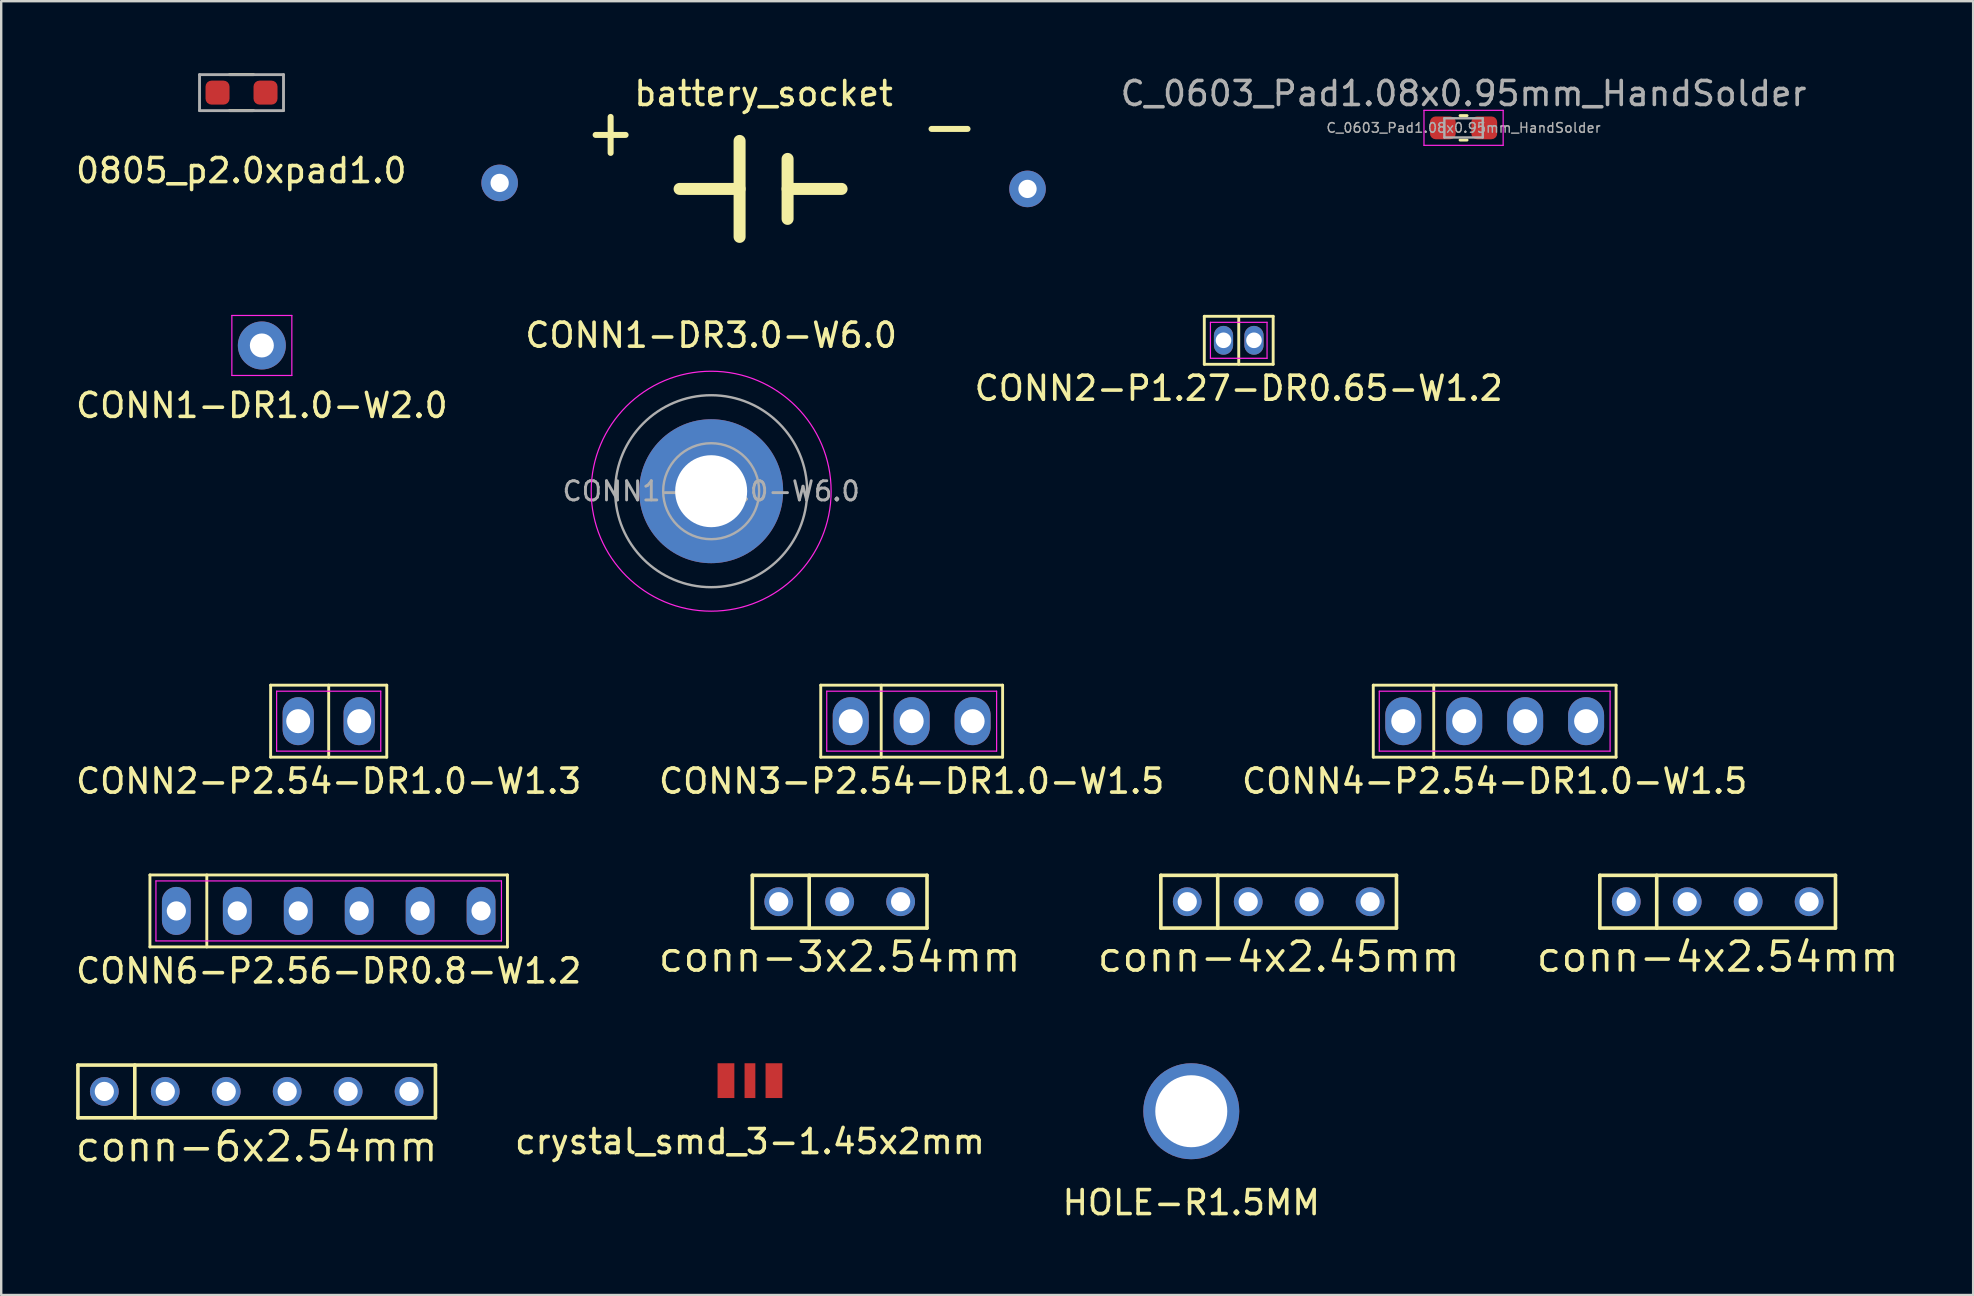
<source format=kicad_pcb>
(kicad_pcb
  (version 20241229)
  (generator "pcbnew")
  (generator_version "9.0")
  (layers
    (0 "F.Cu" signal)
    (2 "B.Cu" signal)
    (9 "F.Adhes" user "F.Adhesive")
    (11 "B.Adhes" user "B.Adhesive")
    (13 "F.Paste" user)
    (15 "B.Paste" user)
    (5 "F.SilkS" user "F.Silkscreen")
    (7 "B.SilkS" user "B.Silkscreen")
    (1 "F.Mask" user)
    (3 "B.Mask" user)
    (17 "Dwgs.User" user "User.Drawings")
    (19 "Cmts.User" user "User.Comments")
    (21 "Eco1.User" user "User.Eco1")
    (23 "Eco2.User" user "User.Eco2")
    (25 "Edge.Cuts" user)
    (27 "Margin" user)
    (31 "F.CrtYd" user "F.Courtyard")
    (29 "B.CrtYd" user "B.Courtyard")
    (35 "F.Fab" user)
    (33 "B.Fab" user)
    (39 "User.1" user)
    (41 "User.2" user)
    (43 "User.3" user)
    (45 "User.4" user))
  (footprint "conn-4x2.45mm"
    (layer "F.Cu")
    (at 50.241 34.53)
    (property "Reference" "conn-4x2.45mm" (at 0 2.3 0) (layer "F.SilkS") (effects (font (size 1.2 1.2) (thickness 0.15))))
    (attr through_hole)
    (fp_line (start -4.91 -1.1) (end 4.91 -1.1) (stroke (width 0.15) (type solid)) (layer "F.SilkS"))
    (fp_line (start -4.91 1.1) (end -4.91 -1.1) (stroke (width 0.15) (type solid)) (layer "F.SilkS"))
    (fp_line (start -2.54 -1.1) (end -2.54 1.1) (stroke (width 0.15) (type solid)) (layer "F.SilkS"))
    (fp_line (start 4.91 -1.1) (end 4.91 1.1) (stroke (width 0.15) (type solid)) (layer "F.SilkS"))
    (fp_line (start 4.91 1.1) (end -4.91 1.1) (stroke (width 0.15) (type solid)) (layer "F.SilkS"))
    (pad "1" thru_hole circle (at -3.81 0) (size 1.2 1.2) (drill 0.8) (layers "*.Cu" "*.Mask"))
    (pad "2" thru_hole circle (at -1.27 0) (size 1.2 1.2) (drill 0.8) (layers "*.Cu" "*.Mask"))
    (pad "3" thru_hole circle (at 1.27 0) (size 1.2 1.2) (drill 0.8) (layers "*.Cu" "*.Mask"))
    (pad "4" thru_hole circle (at 3.81 0) (size 1.2 1.2) (drill 0.8) (layers "*.Cu" "*.Mask")))
  (footprint "crystal_smd_3-1.45x2mm"
    (layer "F.Cu")
    (at 28.206 41.988)
    (property "Reference" "crystal_smd_3-1.45x2mm" (at 0 2.54 0) (layer "F.SilkS") (effects (font (size 1 1) (thickness 0.15))))
    (attr through_hole)
    (pad "1" smd rect (at -1 0) (size 0.7 1.45) (layers "F.Cu" "F.Mask" "F.Paste"))
    (pad "2" smd rect (at 0 0) (size 0.45 1.45) (layers "F.Cu" "F.Mask" "F.Paste"))
    (pad "3" smd rect (at 1 0) (size 0.7 1.45) (layers "F.Cu" "F.Mask" "F.Paste")))
  (footprint "HOLE-R1.5MM"
    (layer "F.Cu")
    (at 46.599 43.263)
    (property "Reference" "HOLE-R1.5MM" (at 0 3.81 0) (layer "F.SilkS") (effects (font (size 1 1) (thickness 0.15))))
    (attr through_hole)
    (pad "1" thru_hole circle (at 0 0) (size 4 4) (drill 3) (layers "*.Cu" "*.Mask")))
  (footprint "C_0603_Pad1.08x0.95mm_HandSolder"
    (layer "F.Cu")
    (at 57.947 2.278)
    (property "Reference" "C_0603_Pad1.08x0.95mm_HandSolder" (at 0 -1.43 0) (layer "F.Fab") (effects (font (size 1 1) (thickness 0.15))))
    (attr smd)
    (fp_line (start -0.146 -0.51) (end 0.146 -0.51) (stroke (width 0.12) (type solid)) (layer "F.SilkS"))
    (fp_line (start -0.146 0.51) (end 0.146 0.51) (stroke (width 0.12) (type solid)) (layer "F.SilkS"))
    (fp_line (start -1.65 -0.73) (end 1.65 -0.73) (stroke (width 0.05) (type solid)) (layer "F.CrtYd"))
    (fp_line (start -1.65 0.73) (end -1.65 -0.73) (stroke (width 0.05) (type solid)) (layer "F.CrtYd"))
    (fp_line (start 1.65 -0.73) (end 1.65 0.73) (stroke (width 0.05) (type solid)) (layer "F.CrtYd"))
    (fp_line (start 1.65 0.73) (end -1.65 0.73) (stroke (width 0.05) (type solid)) (layer "F.CrtYd"))
    (fp_line (start -0.8 -0.4) (end 0.8 -0.4) (stroke (width 0.1) (type solid)) (layer "F.Fab"))
    (fp_line (start -0.8 0.4) (end -0.8 -0.4) (stroke (width 0.1) (type solid)) (layer "F.Fab"))
    (fp_line (start 0.8 -0.4) (end 0.8 0.4) (stroke (width 0.1) (type solid)) (layer "F.Fab"))
    (fp_line (start 0.8 0.4) (end -0.8 0.4) (stroke (width 0.1) (type solid)) (layer "F.Fab"))
    (fp_text user "${REFERENCE}" (at 0 0 0) (layer "F.Fab") (effects (font (size 0.4 0.4) (thickness 0.06))))
    (pad "1" smd roundrect (at -0.863 0) (size 1.075 0.95) (layers "F.Cu" "F.Mask" "F.Paste") (roundrect_rratio 0.25))
    (pad "2" smd roundrect (at 0.863 0) (size 1.075 0.95) (layers "F.Cu" "F.Mask" "F.Paste") (roundrect_rratio 0.25)))
  (footprint "0805_p2.0xpad1.0"
    (layer "F.Cu")
    (at 7.016 0.81)
    (property "Reference" "0805_p2.0xpad1.0" (at -0.01 3.25 0) (layer "F.SilkS") (effects (font (size 1 1) (thickness 0.15))))
    (attr through_hole)
    (fp_line (start -0.5 -0.75) (end 0.5 -0.75) (stroke (width 0.12) (type solid)) (layer "F.SilkS"))
    (fp_line (start -0.5 0.75) (end 0.5 0.75) (stroke (width 0.12) (type solid)) (layer "F.SilkS"))
    (fp_line (start -1.75 -0.75) (end 1.75 -0.75) (stroke (width 0.12) (type solid)) (layer "F.Fab"))
    (fp_line (start -1.75 0.75) (end -1.75 -0.75) (stroke (width 0.12) (type solid)) (layer "F.Fab"))
    (fp_line (start 1.75 -0.75) (end 1.75 0.75) (stroke (width 0.12) (type solid)) (layer "F.Fab"))
    (fp_line (start 1.75 0.75) (end -1.75 0.75) (stroke (width 0.12) (type solid)) (layer "F.Fab"))
    (pad "1" smd roundrect (at -1 0) (size 1 1) (layers "F.Cu" "F.Mask" "F.Paste") (roundrect_rratio 0.25))
    (pad "2" smd roundrect (at 1 0) (size 1 1) (layers "F.Cu" "F.Mask" "F.Paste") (roundrect_rratio 0.25)))
  (footprint "CONN2-P1.27-DR0.65-W1.2"
    (layer "F.Cu")
    (at 48.577 11.133)
    (property "Reference" "CONN2-P1.27-DR0.65-W1.2" (at 0 2 0) (layer "F.SilkS") (effects (font (size 1 1) (thickness 0.15))))
    (attr through_hole)
    (fp_line (start -1.435 -1) (end 1.435 -1) (stroke (width 0.12) (type default)) (layer "F.SilkS"))
    (fp_line (start -1.435 1) (end -1.435 -1) (stroke (width 0.12) (type default)) (layer "F.SilkS"))
    (fp_line (start 0 -1) (end 0 1) (stroke (width 0.12) (type default)) (layer "F.SilkS"))
    (fp_line (start 1.435 -1) (end 1.435 1) (stroke (width 0.12) (type default)) (layer "F.SilkS"))
    (fp_line (start 1.435 1) (end -1.435 1) (stroke (width 0.12) (type default)) (layer "F.SilkS"))
    (fp_line (start -1.18 -0.75) (end 1.18 -0.75) (stroke (width 0.05) (type default)) (layer "F.CrtYd"))
    (fp_line (start -1.18 0.75) (end -1.18 -0.75) (stroke (width 0.05) (type default)) (layer "F.CrtYd"))
    (fp_line (start 1.18 -0.75) (end 1.18 0.75) (stroke (width 0.05) (type default)) (layer "F.CrtYd"))
    (fp_line (start 1.18 0.75) (end -1.18 0.75) (stroke (width 0.05) (type default)) (layer "F.CrtYd"))
    (pad "1" thru_hole oval (at -0.635 0) (size 0.8 1.2) (drill 0.65) (layers "*.Cu" "*.Mask"))
    (pad "2" thru_hole oval (at 0.635 0) (size 0.8 1.2) (drill 0.65) (layers "*.Cu" "*.Mask")))
  (footprint "battery_socket"
    (layer "F.Cu")
    (at 28.774 4.823)
    (property "Reference" "battery_socket" (at 0 -3.975 0) (layer "F.SilkS") (effects (font (size 1 1) (thickness 0.15))))
    (attr through_hole)
    (fp_line (start -7 -2.25) (end -5.75 -2.25) (stroke (width 0.25) (type solid)) (layer "F.SilkS"))
    (fp_line (start -6.375 -1.5) (end -6.375 -3) (stroke (width 0.25) (type solid)) (layer "F.SilkS"))
    (fp_line (start -1 -2) (end -1 2) (stroke (width 0.5) (type solid)) (layer "F.SilkS"))
    (fp_line (start -1 0) (end -3.5 0) (stroke (width 0.5) (type solid)) (layer "F.SilkS"))
    (fp_line (start 1 -1.25) (end 1 1.25) (stroke (width 0.5) (type solid)) (layer "F.SilkS"))
    (fp_line (start 1 0) (end 3.25 0) (stroke (width 0.5) (type solid)) (layer "F.SilkS"))
    (fp_line (start 8.5 -2.5) (end 7 -2.5) (stroke (width 0.25) (type solid)) (layer "F.SilkS"))
    (pad "1" thru_hole circle (at -11 -0.25) (size 1.524 1.524) (drill 0.762) (layers "*.Cu" "*.Mask"))
    (pad "2" thru_hole circle (at 11 0) (size 1.524 1.524) (drill 0.762) (layers "*.Cu" "*.Mask")))
  (footprint "CONN1-DR1.0-W2.0"
    (layer "F.Cu")
    (at 7.863 11.348)
    (property "Reference" "CONN1-DR1.0-W2.0" (at 0 2.5 0) (layer "F.SilkS") (effects (font (size 1 1) (thickness 0.15))))
    (attr through_hole)
    (fp_line (start -1.25 -1.25) (end 1.25 -1.25) (stroke (width 0.05) (type solid)) (layer "F.CrtYd"))
    (fp_line (start -1.25 1.25) (end -1.25 -1.25) (stroke (width 0.05) (type solid)) (layer "F.CrtYd"))
    (fp_line (start 1.25 -1.25) (end 1.25 1.25) (stroke (width 0.05) (type solid)) (layer "F.CrtYd"))
    (fp_line (start 1.25 1.25) (end -1.25 1.25) (stroke (width 0.05) (type solid)) (layer "F.CrtYd"))
    (pad "1" thru_hole circle (at 0 0) (size 2 2) (drill 1) (layers "*.Cu" "*.Mask")))
  (footprint "conn-4x2.54mm"
    (layer "F.Cu")
    (at 68.537 34.53)
    (property "Reference" "conn-4x2.54mm" (at 0 2.3 0) (layer "F.SilkS") (effects (font (size 1.2 1.2) (thickness 0.15))))
    (attr through_hole)
    (fp_line (start -4.91 -1.1) (end 4.91 -1.1) (stroke (width 0.15) (type solid)) (layer "F.SilkS"))
    (fp_line (start -4.91 1.1) (end -4.91 -1.1) (stroke (width 0.15) (type solid)) (layer "F.SilkS"))
    (fp_line (start -2.54 -1.1) (end -2.54 1.1) (stroke (width 0.15) (type solid)) (layer "F.SilkS"))
    (fp_line (start 4.91 -1.1) (end 4.91 1.1) (stroke (width 0.15) (type solid)) (layer "F.SilkS"))
    (fp_line (start 4.91 1.1) (end -4.91 1.1) (stroke (width 0.15) (type solid)) (layer "F.SilkS"))
    (pad "1" thru_hole circle (at -3.81 0) (size 1.2 1.2) (drill 0.8) (layers "*.Cu" "*.Mask"))
    (pad "2" thru_hole circle (at -1.27 0) (size 1.2 1.2) (drill 0.8) (layers "*.Cu" "*.Mask"))
    (pad "3" thru_hole circle (at 1.27 0) (size 1.2 1.2) (drill 0.8) (layers "*.Cu" "*.Mask"))
    (pad "4" thru_hole circle (at 3.81 0) (size 1.2 1.2) (drill 0.8) (layers "*.Cu" "*.Mask")))
  (footprint "conn-3x2.54mm"
    (layer "F.Cu")
    (at 31.945 34.53)
    (property "Reference" "conn-3x2.54mm" (at 0 2.3 0) (layer "F.SilkS") (effects (font (size 1.2 1.2) (thickness 0.15))))
    (attr through_hole)
    (fp_line (start -3.64 -1.1) (end 3.64 -1.1) (stroke (width 0.15) (type solid)) (layer "F.SilkS"))
    (fp_line (start -3.64 1.1) (end -3.64 -1.1) (stroke (width 0.15) (type solid)) (layer "F.SilkS"))
    (fp_line (start -1.27 -1.1) (end -1.27 1.1) (stroke (width 0.15) (type solid)) (layer "F.SilkS"))
    (fp_line (start 3.64 -1.1) (end 3.64 1.1) (stroke (width 0.15) (type solid)) (layer "F.SilkS"))
    (fp_line (start 3.64 1.1) (end -3.64 1.1) (stroke (width 0.15) (type solid)) (layer "F.SilkS"))
    (pad "1" thru_hole circle (at -2.54 0) (size 1.2 1.2) (drill 0.8) (layers "*.Cu" "*.Mask"))
    (pad "2" thru_hole circle (at 0 0) (size 1.2 1.2) (drill 0.8) (layers "*.Cu" "*.Mask"))
    (pad "3" thru_hole circle (at 2.54 0) (size 1.2 1.2) (drill 0.8) (layers "*.Cu" "*.Mask")))
  (footprint "CONN6-P2.56-DR0.8-W1.2"
    (layer "F.Cu")
    (at 10.649 34.915)
    (property "Reference" "CONN6-P2.56-DR0.8-W1.2" (at 0 2.5 0) (layer "F.SilkS") (effects (font (size 1 1) (thickness 0.15))))
    (attr through_hole)
    (fp_line (start -7.45 -1.5) (end 7.45 -1.5) (stroke (width 0.12) (type default)) (layer "F.SilkS"))
    (fp_line (start -7.45 1.5) (end -7.45 -1.5) (stroke (width 0.12) (type default)) (layer "F.SilkS"))
    (fp_line (start -5.08 -1.5) (end -5.08 1.5) (stroke (width 0.12) (type default)) (layer "F.SilkS"))
    (fp_line (start 7.45 -1.5) (end 7.45 1.5) (stroke (width 0.12) (type default)) (layer "F.SilkS"))
    (fp_line (start 7.45 1.5) (end -7.45 1.5) (stroke (width 0.12) (type default)) (layer "F.SilkS"))
    (fp_line (start -7.2 -1.25) (end 7.2 -1.25) (stroke (width 0.05) (type default)) (layer "F.CrtYd"))
    (fp_line (start -7.2 1.25) (end -7.2 -1.25) (stroke (width 0.05) (type default)) (layer "F.CrtYd"))
    (fp_line (start 7.2 -1.25) (end 7.2 1.25) (stroke (width 0.05) (type default)) (layer "F.CrtYd"))
    (fp_line (start 7.2 1.25) (end -7.2 1.25) (stroke (width 0.05) (type default)) (layer "F.CrtYd"))
    (pad "1" thru_hole oval (at -6.35 0) (size 1.2 2) (drill 0.8) (layers "*.Cu" "*.Mask"))
    (pad "2" thru_hole oval (at -3.81 0) (size 1.2 2) (drill 0.8) (layers "*.Cu" "*.Mask"))
    (pad "3" thru_hole oval (at -1.27 0) (size 1.2 2) (drill 0.8) (layers "*.Cu" "*.Mask"))
    (pad "4" thru_hole oval (at 1.27 0) (size 1.2 2) (drill 0.8) (layers "*.Cu" "*.Mask"))
    (pad "5" thru_hole oval (at 3.81 0) (size 1.2 2) (drill 0.8) (layers "*.Cu" "*.Mask"))
    (pad "6" thru_hole oval (at 6.35 0) (size 1.2 2) (drill 0.8) (layers "*.Cu" "*.Mask")))
  (footprint "CONN2-P2.54-DR1.0-W1.3"
    (layer "F.Cu")
    (at 10.649 27.006)
    (property "Reference" "CONN2-P2.54-DR1.0-W1.3" (at 0 2.5 0) (layer "F.SilkS") (effects (font (size 1 1) (thickness 0.15))))
    (attr through_hole)
    (fp_line (start -2.42 -1.5) (end 2.42 -1.5) (stroke (width 0.12) (type solid)) (layer "F.SilkS"))
    (fp_line (start -2.42 1.5) (end -2.42 -1.5) (stroke (width 0.12) (type solid)) (layer "F.SilkS"))
    (fp_line (start 0 -1.5) (end 0 1.5) (stroke (width 0.12) (type solid)) (layer "F.SilkS"))
    (fp_line (start 2.42 -1.5) (end 2.42 1.5) (stroke (width 0.12) (type solid)) (layer "F.SilkS"))
    (fp_line (start 2.42 1.5) (end -2.42 1.5) (stroke (width 0.12) (type solid)) (layer "F.SilkS"))
    (fp_line (start -2.17 -1.25) (end 2.17 -1.25) (stroke (width 0.05) (type solid)) (layer "F.CrtYd"))
    (fp_line (start -2.17 1.25) (end -2.17 -1.25) (stroke (width 0.05) (type solid)) (layer "F.CrtYd"))
    (fp_line (start 2.17 -1.25) (end 2.17 1.25) (stroke (width 0.05) (type solid)) (layer "F.CrtYd"))
    (fp_line (start 2.17 1.25) (end -2.17 1.25) (stroke (width 0.05) (type solid)) (layer "F.CrtYd"))
    (pad "1" thru_hole oval (at -1.27 0) (size 1.3 2) (drill 1) (layers "*.Cu" "*.Mask"))
    (pad "2" thru_hole oval (at 1.27 0) (size 1.3 2) (drill 1) (layers "*.Cu" "*.Mask")))
  (footprint "CONN4-P2.54-DR1.0-W1.5"
    (layer "F.Cu")
    (at 59.244 27.006)
    (property "Reference" "CONN4-P2.54-DR1.0-W1.5" (at 0 2.5 0) (layer "F.SilkS") (effects (font (size 1 1) (thickness 0.15))))
    (attr through_hole)
    (fp_line (start -5.06 -1.5) (end 5.06 -1.5) (stroke (width 0.12) (type solid)) (layer "F.SilkS"))
    (fp_line (start -5.06 1.5) (end -5.06 -1.5) (stroke (width 0.12) (type solid)) (layer "F.SilkS"))
    (fp_line (start -2.54 -1.5) (end -2.54 1.5) (stroke (width 0.12) (type solid)) (layer "F.SilkS"))
    (fp_line (start 5.06 -1.5) (end 5.06 1.5) (stroke (width 0.12) (type solid)) (layer "F.SilkS"))
    (fp_line (start 5.06 1.5) (end -5.06 1.5) (stroke (width 0.12) (type solid)) (layer "F.SilkS"))
    (fp_line (start -4.81 -1.25) (end 4.81 -1.25) (stroke (width 0.05) (type solid)) (layer "F.CrtYd"))
    (fp_line (start -4.81 1.25) (end -4.81 -1.25) (stroke (width 0.05) (type solid)) (layer "F.CrtYd"))
    (fp_line (start 4.81 -1.25) (end 4.81 1.25) (stroke (width 0.05) (type solid)) (layer "F.CrtYd"))
    (fp_line (start 4.81 1.25) (end -4.81 1.25) (stroke (width 0.05) (type solid)) (layer "F.CrtYd"))
    (pad "1" thru_hole oval (at -3.81 0) (size 1.5 2) (drill 1) (layers "*.Cu" "*.Mask"))
    (pad "2" thru_hole oval (at -1.27 0) (size 1.5 2) (drill 1) (layers "*.Cu" "*.Mask"))
    (pad "3" thru_hole oval (at 1.27 0) (size 1.5 2) (drill 1) (layers "*.Cu" "*.Mask"))
    (pad "4" thru_hole oval (at 3.81 0) (size 1.5 2) (drill 1) (layers "*.Cu" "*.Mask")))
  (footprint "CONN3-P2.54-DR1.0-W1.5"
    (layer "F.Cu")
    (at 34.946 27.006)
    (property "Reference" "CONN3-P2.54-DR1.0-W1.5" (at 0 2.5 0) (layer "F.SilkS") (effects (font (size 1 1) (thickness 0.15))))
    (attr through_hole)
    (fp_line (start -3.79 -1.5) (end 3.79 -1.5) (stroke (width 0.12) (type solid)) (layer "F.SilkS"))
    (fp_line (start -3.79 1.5) (end -3.79 -1.5) (stroke (width 0.12) (type solid)) (layer "F.SilkS"))
    (fp_line (start -1.27 -1.5) (end -1.27 1.5) (stroke (width 0.12) (type solid)) (layer "F.SilkS"))
    (fp_line (start 3.79 -1.5) (end 3.79 1.5) (stroke (width 0.12) (type solid)) (layer "F.SilkS"))
    (fp_line (start 3.79 1.5) (end -3.79 1.5) (stroke (width 0.12) (type solid)) (layer "F.SilkS"))
    (fp_line (start -3.54 -1.25) (end 3.54 -1.25) (stroke (width 0.05) (type solid)) (layer "F.CrtYd"))
    (fp_line (start -3.54 1.25) (end -3.54 -1.25) (stroke (width 0.05) (type solid)) (layer "F.CrtYd"))
    (fp_line (start 3.54 -1.25) (end 3.54 1.25) (stroke (width 0.05) (type solid)) (layer "F.CrtYd"))
    (fp_line (start 3.54 1.25) (end -3.54 1.25) (stroke (width 0.05) (type solid)) (layer "F.CrtYd"))
    (pad "1" thru_hole oval (at -2.54 0) (size 1.5 2) (drill 1) (layers "*.Cu" "*.Mask"))
    (pad "2" thru_hole oval (at 0 0) (size 1.5 2) (drill 1) (layers "*.Cu" "*.Mask"))
    (pad "3" thru_hole oval (at 2.54 0) (size 1.5 2) (drill 1) (layers "*.Cu" "*.Mask")))
  (footprint "CONN1-DR3.0-W6.0"
    (layer "F.Cu")
    (at 26.589 17.422)
    (property "Reference" "CONN1-DR3.0-W6.0" (at 0 -6.5 0) (layer "F.SilkS") (effects (font (size 1 1) (thickness 0.15))))
    (attr through_hole)
    (fp_circle (center 0 0) (end 5 0) (stroke (width 0.05) (type solid)) (fill no) (layer "F.CrtYd"))
    (fp_circle (center 0 0) (end 2 0) (stroke (width 0.1) (type solid)) (fill no) (layer "F.Fab"))
    (fp_circle (center 0 0) (end 4 0) (stroke (width 0.1) (type solid)) (fill no) (layer "F.Fab"))
    (fp_text user "${REFERENCE}" (at 0 0 0) (layer "F.Fab") (effects (font (size 0.8 0.8) (thickness 0.12))))
    (pad "1" thru_hole circle (at 0 0) (size 6 6) (drill 3) (layers "*.Cu" "*.Mask")))
  (footprint "conn-6x2.54mm"
    (layer "F.Cu")
    (at 7.648 42.438)
    (property "Reference" "conn-6x2.54mm" (at 0 2.3 0) (layer "F.SilkS") (effects (font (size 1.2 1.2) (thickness 0.15))))
    (attr through_hole)
    (fp_line (start -7.45 -1.1) (end 7.45 -1.1) (stroke (width 0.15) (type solid)) (layer "F.SilkS"))
    (fp_line (start -7.45 1.1) (end -7.45 -1.1) (stroke (width 0.15) (type solid)) (layer "F.SilkS"))
    (fp_line (start -5.08 -1.1) (end -5.08 1.1) (stroke (width 0.15) (type solid)) (layer "F.SilkS"))
    (fp_line (start 7.45 -1.1) (end 7.45 1.1) (stroke (width 0.15) (type solid)) (layer "F.SilkS"))
    (fp_line (start 7.45 1.1) (end -7.45 1.1) (stroke (width 0.15) (type solid)) (layer "F.SilkS"))
    (pad "1" thru_hole circle (at -6.35 0) (size 1.2 1.2) (drill 0.8) (layers "*.Cu" "*.Mask"))
    (pad "2" thru_hole circle (at -3.81 0) (size 1.2 1.2) (drill 0.8) (layers "*.Cu" "*.Mask"))
    (pad "3" thru_hole circle (at -1.27 0) (size 1.2 1.2) (drill 0.8) (layers "*.Cu" "*.Mask"))
    (pad "4" thru_hole circle (at 1.27 0) (size 1.2 1.2) (drill 0.8) (layers "*.Cu" "*.Mask"))
    (pad "5" thru_hole circle (at 3.81 0) (size 1.2 1.2) (drill 0.8) (layers "*.Cu" "*.Mask"))
    (pad "6" thru_hole circle (at 6.35 0) (size 1.2 1.2) (drill 0.8) (layers "*.Cu" "*.Mask")))
  (gr_rect
    (start -3 -3)
    (end 79.185 50.921)
    (stroke (width 0.1) (type default))
    (fill no)
    (layer "Edge.Cuts")))
</source>
